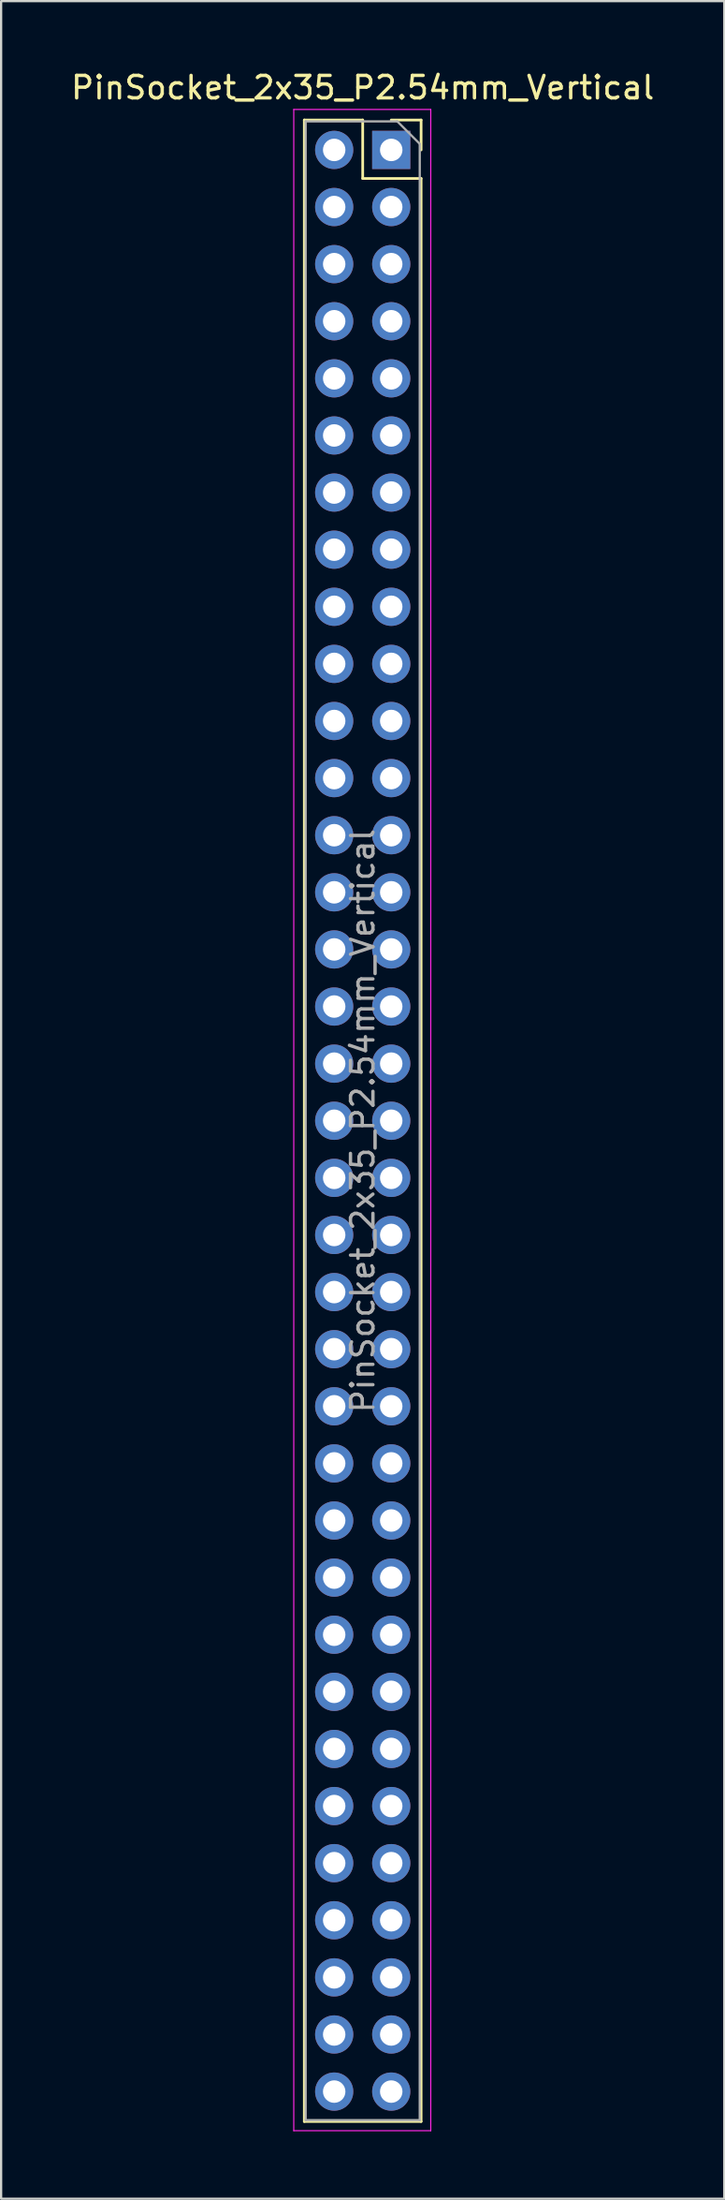
<source format=kicad_pcb>
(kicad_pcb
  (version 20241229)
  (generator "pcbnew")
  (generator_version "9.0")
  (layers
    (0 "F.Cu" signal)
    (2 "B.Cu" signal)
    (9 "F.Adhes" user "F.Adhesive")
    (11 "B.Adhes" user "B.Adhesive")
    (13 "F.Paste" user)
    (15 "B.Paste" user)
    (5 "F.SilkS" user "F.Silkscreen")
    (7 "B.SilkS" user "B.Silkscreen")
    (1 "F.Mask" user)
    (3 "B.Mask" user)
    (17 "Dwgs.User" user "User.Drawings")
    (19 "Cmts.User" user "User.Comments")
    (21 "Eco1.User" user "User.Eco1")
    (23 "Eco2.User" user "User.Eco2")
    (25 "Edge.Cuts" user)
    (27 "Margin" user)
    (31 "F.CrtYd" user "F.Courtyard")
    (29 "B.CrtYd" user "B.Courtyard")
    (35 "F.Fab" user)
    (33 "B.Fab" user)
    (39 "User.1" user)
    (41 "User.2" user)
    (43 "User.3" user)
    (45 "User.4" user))
  (footprint "PinSocket_2x35_P2.54mm_Vertical"
    (layer "F.Cu")
    (at 14.371 3.618)
    (property "Reference" "PinSocket_2x35_P2.54mm_Vertical" (at -1.27 -2.77 0) (layer "F.SilkS") (effects (font (size 1 1) (thickness 0.15))))
    (attr through_hole)
    (fp_line (start -3.87 -1.33) (end -3.87 87.69) (stroke (width 0.12) (type solid)) (layer "F.SilkS"))
    (fp_line (start -3.87 -1.33) (end -1.27 -1.33) (stroke (width 0.12) (type solid)) (layer "F.SilkS"))
    (fp_line (start -3.87 87.69) (end 1.33 87.69) (stroke (width 0.12) (type solid)) (layer "F.SilkS"))
    (fp_line (start -1.27 -1.33) (end -1.27 1.27) (stroke (width 0.12) (type solid)) (layer "F.SilkS"))
    (fp_line (start -1.27 1.27) (end 1.33 1.27) (stroke (width 0.12) (type solid)) (layer "F.SilkS"))
    (fp_line (start 0 -1.33) (end 1.33 -1.33) (stroke (width 0.12) (type solid)) (layer "F.SilkS"))
    (fp_line (start 1.33 -1.33) (end 1.33 0) (stroke (width 0.12) (type solid)) (layer "F.SilkS"))
    (fp_line (start 1.33 1.27) (end 1.33 87.69) (stroke (width 0.12) (type solid)) (layer "F.SilkS"))
    (fp_line (start -4.34 -1.8) (end 1.76 -1.8) (stroke (width 0.05) (type solid)) (layer "F.CrtYd"))
    (fp_line (start -4.34 88.1) (end -4.34 -1.8) (stroke (width 0.05) (type solid)) (layer "F.CrtYd"))
    (fp_line (start 1.76 -1.8) (end 1.76 88.1) (stroke (width 0.05) (type solid)) (layer "F.CrtYd"))
    (fp_line (start 1.76 88.1) (end -4.34 88.1) (stroke (width 0.05) (type solid)) (layer "F.CrtYd"))
    (fp_line (start -3.81 -1.27) (end 0.27 -1.27) (stroke (width 0.1) (type solid)) (layer "F.Fab"))
    (fp_line (start -3.81 87.63) (end -3.81 -1.27) (stroke (width 0.1) (type solid)) (layer "F.Fab"))
    (fp_line (start 0.27 -1.27) (end 1.27 -0.27) (stroke (width 0.1) (type solid)) (layer "F.Fab"))
    (fp_line (start 1.27 -0.27) (end 1.27 87.63) (stroke (width 0.1) (type solid)) (layer "F.Fab"))
    (fp_line (start 1.27 87.63) (end -3.81 87.63) (stroke (width 0.1) (type solid)) (layer "F.Fab"))
    (fp_text user "${REFERENCE}" (at -1.27 43.18 90) (layer "F.Fab") (effects (font (size 1 1) (thickness 0.15))))
    (pad "1" thru_hole rect (at 0 0) (size 1.7 1.7) (drill 1) (layers "*.Cu" "*.Mask"))
    (pad "2" thru_hole circle (at -2.54 0) (size 1.7 1.7) (drill 1) (layers "*.Cu" "*.Mask"))
    (pad "3" thru_hole circle (at 0 2.54) (size 1.7 1.7) (drill 1) (layers "*.Cu" "*.Mask"))
    (pad "4" thru_hole circle (at -2.54 2.54) (size 1.7 1.7) (drill 1) (layers "*.Cu" "*.Mask"))
    (pad "5" thru_hole circle (at 0 5.08) (size 1.7 1.7) (drill 1) (layers "*.Cu" "*.Mask"))
    (pad "6" thru_hole circle (at -2.54 5.08) (size 1.7 1.7) (drill 1) (layers "*.Cu" "*.Mask"))
    (pad "7" thru_hole circle (at 0 7.62) (size 1.7 1.7) (drill 1) (layers "*.Cu" "*.Mask"))
    (pad "8" thru_hole circle (at -2.54 7.62) (size 1.7 1.7) (drill 1) (layers "*.Cu" "*.Mask"))
    (pad "9" thru_hole circle (at 0 10.16) (size 1.7 1.7) (drill 1) (layers "*.Cu" "*.Mask"))
    (pad "10" thru_hole circle (at -2.54 10.16) (size 1.7 1.7) (drill 1) (layers "*.Cu" "*.Mask"))
    (pad "11" thru_hole circle (at 0 12.7) (size 1.7 1.7) (drill 1) (layers "*.Cu" "*.Mask"))
    (pad "12" thru_hole circle (at -2.54 12.7) (size 1.7 1.7) (drill 1) (layers "*.Cu" "*.Mask"))
    (pad "13" thru_hole circle (at 0 15.24) (size 1.7 1.7) (drill 1) (layers "*.Cu" "*.Mask"))
    (pad "14" thru_hole circle (at -2.54 15.24) (size 1.7 1.7) (drill 1) (layers "*.Cu" "*.Mask"))
    (pad "15" thru_hole circle (at 0 17.78) (size 1.7 1.7) (drill 1) (layers "*.Cu" "*.Mask"))
    (pad "16" thru_hole circle (at -2.54 17.78) (size 1.7 1.7) (drill 1) (layers "*.Cu" "*.Mask"))
    (pad "17" thru_hole circle (at 0 20.32) (size 1.7 1.7) (drill 1) (layers "*.Cu" "*.Mask"))
    (pad "18" thru_hole circle (at -2.54 20.32) (size 1.7 1.7) (drill 1) (layers "*.Cu" "*.Mask"))
    (pad "19" thru_hole circle (at 0 22.86) (size 1.7 1.7) (drill 1) (layers "*.Cu" "*.Mask"))
    (pad "20" thru_hole circle (at -2.54 22.86) (size 1.7 1.7) (drill 1) (layers "*.Cu" "*.Mask"))
    (pad "21" thru_hole circle (at 0 25.4) (size 1.7 1.7) (drill 1) (layers "*.Cu" "*.Mask"))
    (pad "22" thru_hole circle (at -2.54 25.4) (size 1.7 1.7) (drill 1) (layers "*.Cu" "*.Mask"))
    (pad "23" thru_hole circle (at 0 27.94) (size 1.7 1.7) (drill 1) (layers "*.Cu" "*.Mask"))
    (pad "24" thru_hole circle (at -2.54 27.94) (size 1.7 1.7) (drill 1) (layers "*.Cu" "*.Mask"))
    (pad "25" thru_hole circle (at 0 30.48) (size 1.7 1.7) (drill 1) (layers "*.Cu" "*.Mask"))
    (pad "26" thru_hole circle (at -2.54 30.48) (size 1.7 1.7) (drill 1) (layers "*.Cu" "*.Mask"))
    (pad "27" thru_hole circle (at 0 33.02) (size 1.7 1.7) (drill 1) (layers "*.Cu" "*.Mask"))
    (pad "28" thru_hole circle (at -2.54 33.02) (size 1.7 1.7) (drill 1) (layers "*.Cu" "*.Mask"))
    (pad "29" thru_hole circle (at 0 35.56) (size 1.7 1.7) (drill 1) (layers "*.Cu" "*.Mask"))
    (pad "30" thru_hole circle (at -2.54 35.56) (size 1.7 1.7) (drill 1) (layers "*.Cu" "*.Mask"))
    (pad "31" thru_hole circle (at 0 38.1) (size 1.7 1.7) (drill 1) (layers "*.Cu" "*.Mask"))
    (pad "32" thru_hole circle (at -2.54 38.1) (size 1.7 1.7) (drill 1) (layers "*.Cu" "*.Mask"))
    (pad "33" thru_hole circle (at 0 40.64) (size 1.7 1.7) (drill 1) (layers "*.Cu" "*.Mask"))
    (pad "34" thru_hole circle (at -2.54 40.64) (size 1.7 1.7) (drill 1) (layers "*.Cu" "*.Mask"))
    (pad "35" thru_hole circle (at 0 43.18) (size 1.7 1.7) (drill 1) (layers "*.Cu" "*.Mask"))
    (pad "36" thru_hole circle (at -2.54 43.18) (size 1.7 1.7) (drill 1) (layers "*.Cu" "*.Mask"))
    (pad "37" thru_hole circle (at 0 45.72) (size 1.7 1.7) (drill 1) (layers "*.Cu" "*.Mask"))
    (pad "38" thru_hole circle (at -2.54 45.72) (size 1.7 1.7) (drill 1) (layers "*.Cu" "*.Mask"))
    (pad "39" thru_hole circle (at 0 48.26) (size 1.7 1.7) (drill 1) (layers "*.Cu" "*.Mask"))
    (pad "40" thru_hole circle (at -2.54 48.26) (size 1.7 1.7) (drill 1) (layers "*.Cu" "*.Mask"))
    (pad "41" thru_hole circle (at 0 50.8) (size 1.7 1.7) (drill 1) (layers "*.Cu" "*.Mask"))
    (pad "42" thru_hole circle (at -2.54 50.8) (size 1.7 1.7) (drill 1) (layers "*.Cu" "*.Mask"))
    (pad "43" thru_hole circle (at 0 53.34) (size 1.7 1.7) (drill 1) (layers "*.Cu" "*.Mask"))
    (pad "44" thru_hole circle (at -2.54 53.34) (size 1.7 1.7) (drill 1) (layers "*.Cu" "*.Mask"))
    (pad "45" thru_hole circle (at 0 55.88) (size 1.7 1.7) (drill 1) (layers "*.Cu" "*.Mask"))
    (pad "46" thru_hole circle (at -2.54 55.88) (size 1.7 1.7) (drill 1) (layers "*.Cu" "*.Mask"))
    (pad "47" thru_hole circle (at 0 58.42) (size 1.7 1.7) (drill 1) (layers "*.Cu" "*.Mask"))
    (pad "48" thru_hole circle (at -2.54 58.42) (size 1.7 1.7) (drill 1) (layers "*.Cu" "*.Mask"))
    (pad "49" thru_hole circle (at 0 60.96) (size 1.7 1.7) (drill 1) (layers "*.Cu" "*.Mask"))
    (pad "50" thru_hole circle (at -2.54 60.96) (size 1.7 1.7) (drill 1) (layers "*.Cu" "*.Mask"))
    (pad "51" thru_hole circle (at 0 63.5) (size 1.7 1.7) (drill 1) (layers "*.Cu" "*.Mask"))
    (pad "52" thru_hole circle (at -2.54 63.5) (size 1.7 1.7) (drill 1) (layers "*.Cu" "*.Mask"))
    (pad "53" thru_hole circle (at 0 66.04) (size 1.7 1.7) (drill 1) (layers "*.Cu" "*.Mask"))
    (pad "54" thru_hole circle (at -2.54 66.04) (size 1.7 1.7) (drill 1) (layers "*.Cu" "*.Mask"))
    (pad "55" thru_hole circle (at 0 68.58) (size 1.7 1.7) (drill 1) (layers "*.Cu" "*.Mask"))
    (pad "56" thru_hole circle (at -2.54 68.58) (size 1.7 1.7) (drill 1) (layers "*.Cu" "*.Mask"))
    (pad "57" thru_hole circle (at 0 71.12) (size 1.7 1.7) (drill 1) (layers "*.Cu" "*.Mask"))
    (pad "58" thru_hole circle (at -2.54 71.12) (size 1.7 1.7) (drill 1) (layers "*.Cu" "*.Mask"))
    (pad "59" thru_hole circle (at 0 73.66) (size 1.7 1.7) (drill 1) (layers "*.Cu" "*.Mask"))
    (pad "60" thru_hole circle (at -2.54 73.66) (size 1.7 1.7) (drill 1) (layers "*.Cu" "*.Mask"))
    (pad "61" thru_hole circle (at 0 76.2) (size 1.7 1.7) (drill 1) (layers "*.Cu" "*.Mask"))
    (pad "62" thru_hole circle (at -2.54 76.2) (size 1.7 1.7) (drill 1) (layers "*.Cu" "*.Mask"))
    (pad "63" thru_hole circle (at 0 78.74) (size 1.7 1.7) (drill 1) (layers "*.Cu" "*.Mask"))
    (pad "64" thru_hole circle (at -2.54 78.74) (size 1.7 1.7) (drill 1) (layers "*.Cu" "*.Mask"))
    (pad "65" thru_hole circle (at 0 81.28) (size 1.7 1.7) (drill 1) (layers "*.Cu" "*.Mask"))
    (pad "66" thru_hole circle (at -2.54 81.28) (size 1.7 1.7) (drill 1) (layers "*.Cu" "*.Mask"))
    (pad "67" thru_hole circle (at 0 83.82) (size 1.7 1.7) (drill 1) (layers "*.Cu" "*.Mask"))
    (pad "68" thru_hole circle (at -2.54 83.82) (size 1.7 1.7) (drill 1) (layers "*.Cu" "*.Mask"))
    (pad "69" thru_hole circle (at 0 86.36) (size 1.7 1.7) (drill 1) (layers "*.Cu" "*.Mask"))
    (pad "70" thru_hole circle (at -2.54 86.36) (size 1.7 1.7) (drill 1) (layers "*.Cu" "*.Mask")))
  (gr_rect
    (start -3 -3)
    (end 29.202 94.743)
    (stroke (width 0.1) (type default))
    (fill no)
    (layer "Edge.Cuts")))
</source>
